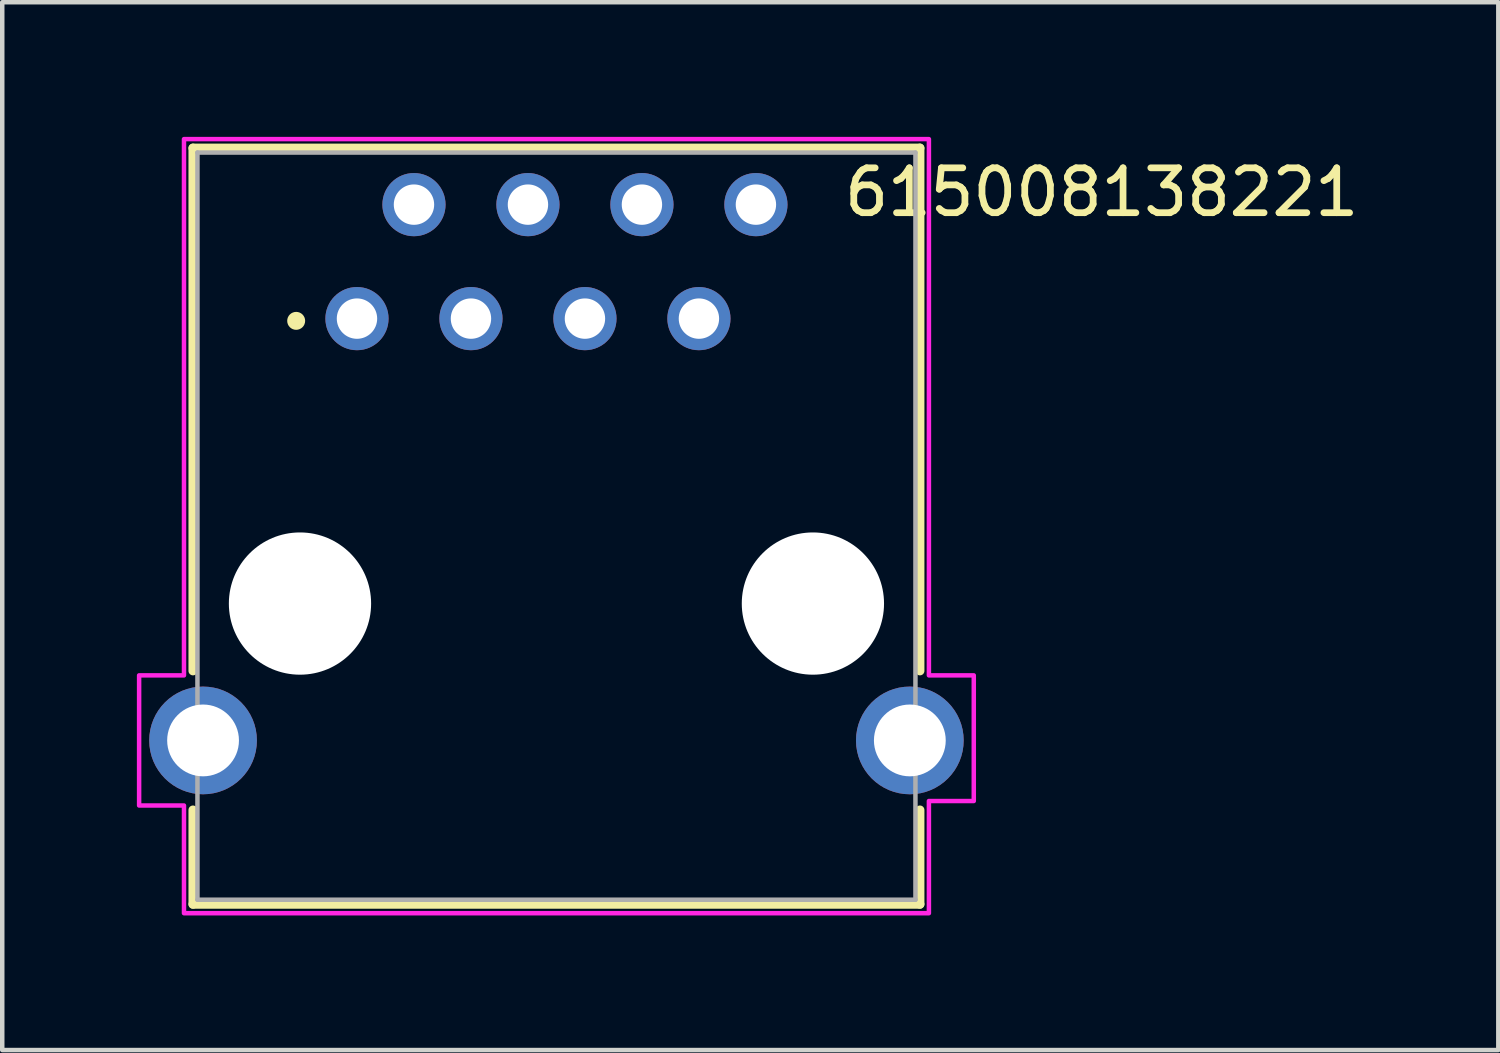
<source format=kicad_pcb>
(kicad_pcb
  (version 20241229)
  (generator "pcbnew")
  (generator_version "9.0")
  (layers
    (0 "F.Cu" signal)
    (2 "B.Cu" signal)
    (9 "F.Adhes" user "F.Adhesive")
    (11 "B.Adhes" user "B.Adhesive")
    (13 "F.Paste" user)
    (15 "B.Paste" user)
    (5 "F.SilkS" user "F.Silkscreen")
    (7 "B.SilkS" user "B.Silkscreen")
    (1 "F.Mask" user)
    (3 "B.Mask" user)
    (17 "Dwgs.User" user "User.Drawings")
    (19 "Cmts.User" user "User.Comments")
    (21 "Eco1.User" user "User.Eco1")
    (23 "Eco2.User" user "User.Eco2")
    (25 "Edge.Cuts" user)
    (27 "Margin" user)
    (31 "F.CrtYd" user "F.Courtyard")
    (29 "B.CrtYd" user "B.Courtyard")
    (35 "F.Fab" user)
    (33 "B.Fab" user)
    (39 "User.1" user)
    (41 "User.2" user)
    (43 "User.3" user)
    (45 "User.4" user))
  (footprint "615008138221"
    (layer "F.Cu")
    (at 9.35 8.675)
    (property "Reference" "615008138221" (at 12.15 -7.44 0) (layer "F.SilkS") (effects (font (size 1 1) (thickness 0.15))))
    (attr through_hole)
    (fp_line (start -8.1 -8.425) (end 8.1 -8.425) (stroke (width 0.2) (type solid)) (layer "F.SilkS"))
    (fp_line (start -8.1 3.225) (end -8.1 -8.425) (stroke (width 0.2) (type solid)) (layer "F.SilkS"))
    (fp_line (start -8.1 6.325) (end -8.1 8.425) (stroke (width 0.2) (type solid)) (layer "F.SilkS"))
    (fp_line (start -8.1 8.425) (end 8.1 8.425) (stroke (width 0.2) (type solid)) (layer "F.SilkS"))
    (fp_line (start 8.1 -8.425) (end 8.1 3.225) (stroke (width 0.2) (type solid)) (layer "F.SilkS"))
    (fp_line (start 8.1 8.425) (end 8.1 6.325) (stroke (width 0.2) (type solid)) (layer "F.SilkS"))
    (fp_circle (center -5.8 -4.575) (end -5.7 -4.575) (stroke (width 0.2) (type solid)) (fill no) (layer "F.SilkS"))
    (fp_poly (pts (xy -8.3 -8.625) (xy 8.3 -8.625) (xy 8.3 3.325) (xy 9.3 3.325) (xy 9.3 6.125) (xy 8.3 6.125) (xy 8.3 8.625) (xy -8.3 8.625) (xy -8.3 6.225) (xy -9.3 6.225) (xy -9.3 3.325) (xy -8.3 3.325)) (stroke (width 0.1) (type solid)) (fill no) (layer "F.CrtYd"))
    (fp_line (start -8 -8.325) (end 8 -8.325) (stroke (width 0.1) (type solid)) (layer "F.Fab"))
    (fp_line (start -8 8.325) (end -8 -8.325) (stroke (width 0.1) (type solid)) (layer "F.Fab"))
    (fp_line (start 8 -8.325) (end 8 8.325) (stroke (width 0.1) (type solid)) (layer "F.Fab"))
    (fp_line (start 8 8.325) (end -8 8.325) (stroke (width 0.1) (type solid)) (layer "F.Fab"))
    (pad "" np_thru_hole circle (at -5.715 1.725) (size 3.17 3.17) (drill 3.17) (layers "*.Cu" "*.Mask"))
    (pad "" np_thru_hole circle (at 5.715 1.725) (size 3.17 3.17) (drill 3.17) (layers "*.Cu" "*.Mask"))
    (pad "1" thru_hole circle (at -4.445 -4.625) (size 1.408 1.408) (drill 0.9) (layers "*.Cu" "*.Mask"))
    (pad "2" thru_hole circle (at -3.175 -7.165) (size 1.408 1.408) (drill 0.9) (layers "*.Cu" "*.Mask"))
    (pad "3" thru_hole circle (at -1.905 -4.625) (size 1.408 1.408) (drill 0.9) (layers "*.Cu" "*.Mask"))
    (pad "4" thru_hole circle (at -0.635 -7.165) (size 1.408 1.408) (drill 0.9) (layers "*.Cu" "*.Mask"))
    (pad "5" thru_hole circle (at 0.635 -4.625) (size 1.408 1.408) (drill 0.9) (layers "*.Cu" "*.Mask"))
    (pad "6" thru_hole circle (at 1.905 -7.165) (size 1.408 1.408) (drill 0.9) (layers "*.Cu" "*.Mask"))
    (pad "7" thru_hole circle (at 3.175 -4.625) (size 1.408 1.408) (drill 0.9) (layers "*.Cu" "*.Mask"))
    (pad "8" thru_hole circle (at 4.445 -7.165) (size 1.408 1.408) (drill 0.9) (layers "*.Cu" "*.Mask"))
    (pad "S1" thru_hole circle (at -7.875 4.775) (size 2.4 2.4) (drill 1.6) (layers "*.Cu" "*.Mask"))
    (pad "S2" thru_hole circle (at 7.875 4.775) (size 2.4 2.4) (drill 1.6) (layers "*.Cu" "*.Mask")))
  (gr_rect
    (start -3 -3)
    (end 30.339 20.35)
    (stroke (width 0.1) (type default))
    (fill no)
    (layer "Edge.Cuts")))
</source>
